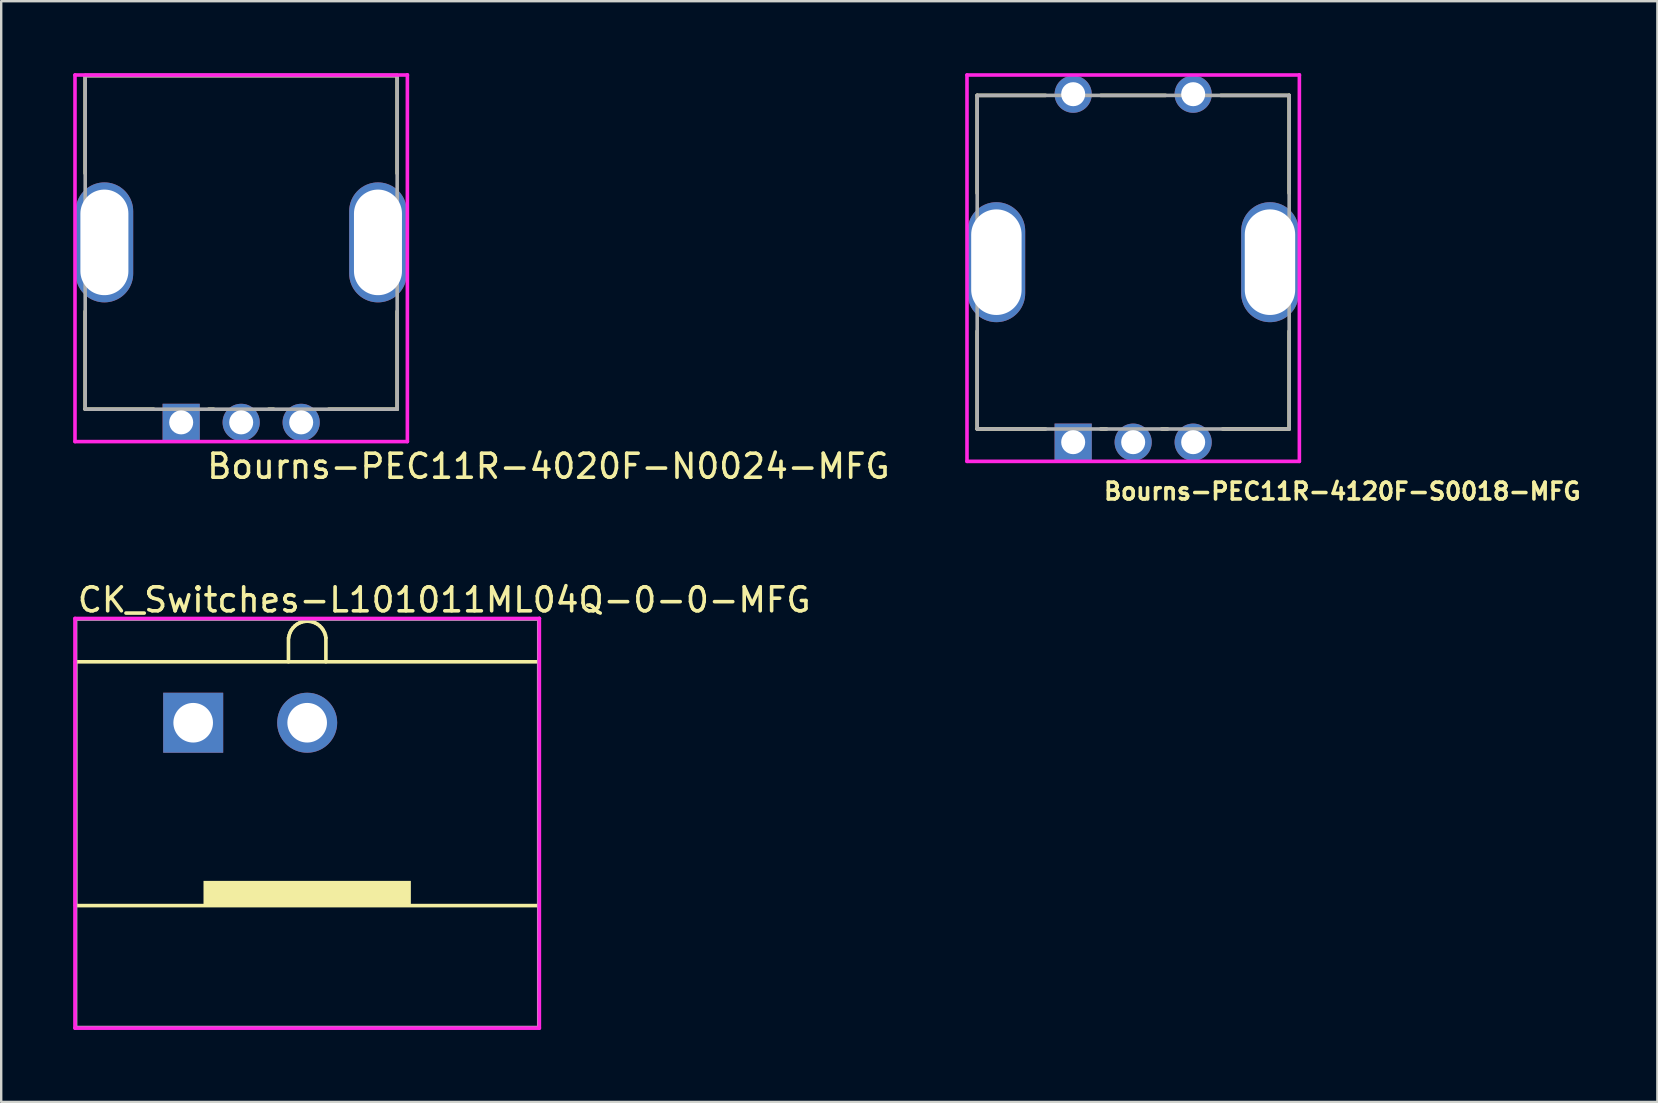
<source format=kicad_pcb>
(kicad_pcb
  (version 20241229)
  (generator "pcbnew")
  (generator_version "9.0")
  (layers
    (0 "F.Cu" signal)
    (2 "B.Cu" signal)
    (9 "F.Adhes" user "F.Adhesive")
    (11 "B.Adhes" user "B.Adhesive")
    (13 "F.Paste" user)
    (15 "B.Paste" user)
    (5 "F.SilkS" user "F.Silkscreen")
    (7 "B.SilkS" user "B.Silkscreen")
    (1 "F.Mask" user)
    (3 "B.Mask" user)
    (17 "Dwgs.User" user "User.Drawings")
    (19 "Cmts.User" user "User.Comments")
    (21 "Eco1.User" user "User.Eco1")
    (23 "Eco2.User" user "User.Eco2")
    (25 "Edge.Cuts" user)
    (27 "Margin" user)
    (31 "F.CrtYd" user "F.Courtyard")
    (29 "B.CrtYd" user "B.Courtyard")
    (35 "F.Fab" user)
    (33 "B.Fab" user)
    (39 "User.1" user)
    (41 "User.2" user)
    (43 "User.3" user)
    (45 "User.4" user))
  (footprint "Bourns-PEC11R-4020F-N0024-MFG"
    (layer "F.Cu")
    (at 7 7.05)
    (property "Reference" "Bourns-PEC11R-4020F-N0024-MFG" (at -1.51 9.33 180) (layer "F.SilkS") (effects (font (size 1 1) (thickness 0.15)) (justify left)))
    (attr through_hole)
    (fp_line (start -6.5 -6.95) (end 6.5 -6.95) (stroke (width 0.15) (type solid)) (layer "F.SilkS"))
    (fp_line (start -6.5 -2.875) (end -6.5 -6.95) (stroke (width 0.15) (type solid)) (layer "F.SilkS"))
    (fp_line (start -6.5 6.95) (end -6.5 2.875) (stroke (width 0.15) (type solid)) (layer "F.SilkS"))
    (fp_line (start -6.5 6.95) (end -3.65 6.95) (stroke (width 0.15) (type solid)) (layer "F.SilkS"))
    (fp_line (start -1.35 6.95) (end -1.15 6.95) (stroke (width 0.15) (type solid)) (layer "F.SilkS"))
    (fp_line (start 1.15 6.95) (end 1.35 6.95) (stroke (width 0.15) (type solid)) (layer "F.SilkS"))
    (fp_line (start 3.65 6.95) (end 6.5 6.95) (stroke (width 0.15) (type solid)) (layer "F.SilkS"))
    (fp_line (start 6.5 -2.875) (end 6.5 -6.95) (stroke (width 0.15) (type solid)) (layer "F.SilkS"))
    (fp_line (start 6.5 6.95) (end 6.5 2.875) (stroke (width 0.15) (type solid)) (layer "F.SilkS"))
    (fp_line (start -6.925 -6.975) (end -6.925 8.3) (stroke (width 0.15) (type solid)) (layer "F.CrtYd"))
    (fp_line (start -6.925 8.3) (end 6.925 8.3) (stroke (width 0.15) (type solid)) (layer "F.CrtYd"))
    (fp_line (start 6.925 -6.975) (end -6.925 -6.975) (stroke (width 0.15) (type solid)) (layer "F.CrtYd"))
    (fp_line (start 6.925 -6.975) (end 6.925 -6.975) (stroke (width 0.15) (type solid)) (layer "F.CrtYd"))
    (fp_line (start 6.925 8.3) (end 6.925 -6.975) (stroke (width 0.15) (type solid)) (layer "F.CrtYd"))
    (fp_line (start -6.5 -6.95) (end 6.5 -6.95) (stroke (width 0.15) (type solid)) (layer "F.Fab"))
    (fp_line (start -6.5 6.95) (end -6.5 -6.95) (stroke (width 0.15) (type solid)) (layer "F.Fab"))
    (fp_line (start 6.5 -6.95) (end 6.5 6.95) (stroke (width 0.15) (type solid)) (layer "F.Fab"))
    (fp_line (start 6.5 6.95) (end -6.5 6.95) (stroke (width 0.15) (type solid)) (layer "F.Fab"))
    (pad "1" thru_hole oval (at -5.7 0) (size 2.4 5) (drill oval 2 4.4) (layers "*.Cu" "*.Mask"))
    (pad "2" thru_hole oval (at 5.7 0) (size 2.4 5) (drill oval 2 4.4) (layers "*.Cu" "*.Mask"))
    (pad "A" thru_hole rect (at -2.5 7.5) (size 1.55 1.55) (drill 1) (layers "*.Cu" "*.Mask"))
    (pad "B" thru_hole circle (at 2.5 7.5 180) (size 1.55 1.55) (drill 1) (layers "*.Cu" "*.Mask"))
    (pad "C" thru_hole circle (at 0 7.5 180) (size 1.55 1.55) (drill 1) (layers "*.Cu" "*.Mask")))
  (footprint "Bourns-PEC11R-4120F-S0018-MFG"
    (layer "F.Cu")
    (at 44.169 7.875)
    (property "Reference" "Bourns-PEC11R-4120F-S0018-MFG" (at -1.3 9.55 0) (layer "F.SilkS") (effects (font (size 0.7 0.7) (thickness 0.15)) (justify left)))
    (attr through_hole)
    (fp_line (start -6.5 -6.95) (end -3.65 -6.95) (stroke (width 0.15) (type solid)) (layer "F.SilkS"))
    (fp_line (start -6.5 -2.875) (end -6.5 -6.95) (stroke (width 0.15) (type solid)) (layer "F.SilkS"))
    (fp_line (start -6.5 6.95) (end -6.5 2.875) (stroke (width 0.15) (type solid)) (layer "F.SilkS"))
    (fp_line (start -6.5 6.95) (end -3.65 6.95) (stroke (width 0.15) (type solid)) (layer "F.SilkS"))
    (fp_line (start -1.35 -6.95) (end 1.35 -6.95) (stroke (width 0.15) (type solid)) (layer "F.SilkS"))
    (fp_line (start -1.35 6.95) (end -1.11 6.95) (stroke (width 0.15) (type solid)) (layer "F.SilkS"))
    (fp_line (start 1.19 6.95) (end 1.43 6.95) (stroke (width 0.15) (type solid)) (layer "F.SilkS"))
    (fp_line (start 3.65 -6.95) (end 6.5 -6.95) (stroke (width 0.15) (type solid)) (layer "F.SilkS"))
    (fp_line (start 3.73 6.95) (end 6.5 6.95) (stroke (width 0.15) (type solid)) (layer "F.SilkS"))
    (fp_line (start 6.5 -2.875) (end 6.5 -6.95) (stroke (width 0.15) (type solid)) (layer "F.SilkS"))
    (fp_line (start 6.5 6.95) (end 6.5 2.875) (stroke (width 0.15) (type solid)) (layer "F.SilkS"))
    (fp_line (start -6.925 -7.8) (end -6.925 8.3) (stroke (width 0.15) (type solid)) (layer "F.CrtYd"))
    (fp_line (start -6.925 8.3) (end 6.925 8.3) (stroke (width 0.15) (type solid)) (layer "F.CrtYd"))
    (fp_line (start 6.925 -7.8) (end -6.925 -7.8) (stroke (width 0.15) (type solid)) (layer "F.CrtYd"))
    (fp_line (start 6.925 -7.8) (end 6.925 -7.8) (stroke (width 0.15) (type solid)) (layer "F.CrtYd"))
    (fp_line (start 6.925 8.3) (end 6.925 -7.8) (stroke (width 0.15) (type solid)) (layer "F.CrtYd"))
    (fp_line (start -6.5 -6.95) (end 6.5 -6.95) (stroke (width 0.15) (type solid)) (layer "F.Fab"))
    (fp_line (start -6.5 6.95) (end -6.5 -6.95) (stroke (width 0.15) (type solid)) (layer "F.Fab"))
    (fp_line (start 6.5 -6.95) (end 6.5 6.95) (stroke (width 0.15) (type solid)) (layer "F.Fab"))
    (fp_line (start 6.5 6.95) (end -6.5 6.95) (stroke (width 0.15) (type solid)) (layer "F.Fab"))
    (pad "3" thru_hole oval (at -5.7 0) (size 2.4 5) (drill oval 2.1 4.4) (layers "*.Cu" "*.Mask"))
    (pad "4" thru_hole oval (at 5.7 0) (size 2.4 5) (drill oval 2.1 4.4) (layers "*.Cu" "*.Mask"))
    (pad "A" thru_hole rect (at -2.5 7.5) (size 1.55 1.55) (drill 1) (layers "*.Cu" "*.Mask"))
    (pad "B" thru_hole circle (at 2.5 7.5) (size 1.55 1.55) (drill 1) (layers "*.Cu" "*.Mask"))
    (pad "C" thru_hole circle (at 0 7.5) (size 1.55 1.55) (drill 1) (layers "*.Cu" "*.Mask"))
    (pad "S1" thru_hole circle (at -2.5 -7) (size 1.55 1.55) (drill 1) (layers "*.Cu" "*.Mask"))
    (pad "S2" thru_hole circle (at 2.5 -7) (size 1.55 1.55) (drill 1) (layers "*.Cu" "*.Mask")))
  (footprint "CK_Switches-L101011ML04Q-0-0-MFG"
    (layer "F.Cu")
    (at 9.75 31.256)
    (property "Reference" "CK_Switches-L101011ML04Q-0-0-MFG" (at -9.65 -9.31 0) (layer "F.SilkS") (effects (font (size 1 1) (thickness 0.15)) (justify left)))
    (attr through_hole)
    (fp_line (start -9.65 -6.73) (end 9.65 -6.73) (stroke (width 0.15) (type solid)) (layer "F.SilkS"))
    (fp_line (start -9.65 3.43) (end -9.65 -6.73) (stroke (width 0.15) (type solid)) (layer "F.SilkS"))
    (fp_line (start -0.78 -7.73) (end -0.78 -6.73) (stroke (width 0.15) (type solid)) (layer "F.SilkS"))
    (fp_line (start -0.77 -7.73) (end -0.749 -7.842) (stroke (width 0.15) (type solid)) (layer "F.SilkS"))
    (fp_line (start -0.749 -7.842) (end -0.712 -7.949) (stroke (width 0.15) (type solid)) (layer "F.SilkS"))
    (fp_line (start -0.712 -7.949) (end -0.66 -8.05) (stroke (width 0.15) (type solid)) (layer "F.SilkS"))
    (fp_line (start -0.66 -8.05) (end -0.593 -8.142) (stroke (width 0.15) (type solid)) (layer "F.SilkS"))
    (fp_line (start -0.593 -8.142) (end -0.514 -8.224) (stroke (width 0.15) (type solid)) (layer "F.SilkS"))
    (fp_line (start -0.514 -8.224) (end -0.424 -8.293) (stroke (width 0.15) (type solid)) (layer "F.SilkS"))
    (fp_line (start -0.424 -8.293) (end -0.325 -8.348) (stroke (width 0.15) (type solid)) (layer "F.SilkS"))
    (fp_line (start -0.325 -8.348) (end -0.219 -8.389) (stroke (width 0.15) (type solid)) (layer "F.SilkS"))
    (fp_line (start -0.219 -8.389) (end -0.108 -8.414) (stroke (width 0.15) (type solid)) (layer "F.SilkS"))
    (fp_line (start -0.108 -8.414) (end 0.005 -8.422) (stroke (width 0.15) (type solid)) (layer "F.SilkS"))
    (fp_line (start 0.005 -8.422) (end 0.118 -8.414) (stroke (width 0.15) (type solid)) (layer "F.SilkS"))
    (fp_line (start 0.118 -8.414) (end 0.229 -8.389) (stroke (width 0.15) (type solid)) (layer "F.SilkS"))
    (fp_line (start 0.229 -8.389) (end 0.335 -8.348) (stroke (width 0.15) (type solid)) (layer "F.SilkS"))
    (fp_line (start 0.335 -8.348) (end 0.434 -8.293) (stroke (width 0.15) (type solid)) (layer "F.SilkS"))
    (fp_line (start 0.434 -8.293) (end 0.524 -8.224) (stroke (width 0.15) (type solid)) (layer "F.SilkS"))
    (fp_line (start 0.524 -8.224) (end 0.603 -8.142) (stroke (width 0.15) (type solid)) (layer "F.SilkS"))
    (fp_line (start 0.603 -8.142) (end 0.67 -8.05) (stroke (width 0.15) (type solid)) (layer "F.SilkS"))
    (fp_line (start 0.67 -8.05) (end 0.722 -7.949) (stroke (width 0.15) (type solid)) (layer "F.SilkS"))
    (fp_line (start 0.722 -7.949) (end 0.759 -7.842) (stroke (width 0.15) (type solid)) (layer "F.SilkS"))
    (fp_line (start 0.759 -7.842) (end 0.78 -7.73) (stroke (width 0.15) (type solid)) (layer "F.SilkS"))
    (fp_line (start 0.78 -7.73) (end 0.78 -6.73) (stroke (width 0.15) (type solid)) (layer "F.SilkS"))
    (fp_line (start 9.65 -6.73) (end 9.65 3.43) (stroke (width 0.15) (type solid)) (layer "F.SilkS"))
    (fp_line (start 9.65 3.43) (end -9.65 3.43) (stroke (width 0.15) (type solid)) (layer "F.SilkS"))
    (fp_poly (pts (xy -4.32 2.4) (xy 4.32 2.4) (xy 4.32 3.4) (xy -4.32 3.4)) (stroke (width 0) (type solid)) (fill yes) (layer "F.SilkS"))
    (fp_line (start -9.675 -8.535) (end -9.675 8.535) (stroke (width 0.15) (type solid)) (layer "F.CrtYd"))
    (fp_line (start -9.675 8.535) (end 9.675 8.535) (stroke (width 0.15) (type solid)) (layer "F.CrtYd"))
    (fp_line (start 9.675 -8.535) (end -9.675 -8.535) (stroke (width 0.15) (type solid)) (layer "F.CrtYd"))
    (fp_line (start 9.675 -8.535) (end 9.675 -8.535) (stroke (width 0.15) (type solid)) (layer "F.CrtYd"))
    (fp_line (start 9.675 8.535) (end 9.675 -8.535) (stroke (width 0.15) (type solid)) (layer "F.CrtYd"))
    (fp_line (start -9.65 -8.51) (end 9.65 -8.51) (stroke (width 0.15) (type solid)) (layer "F.Fab"))
    (fp_line (start -9.65 8.51) (end -9.65 -8.51) (stroke (width 0.15) (type solid)) (layer "F.Fab"))
    (fp_line (start 9.65 -8.51) (end 9.65 8.51) (stroke (width 0.15) (type solid)) (layer "F.Fab"))
    (fp_line (start 9.65 8.51) (end -9.65 8.51) (stroke (width 0.15) (type solid)) (layer "F.Fab"))
    (pad "1" thru_hole rect (at -4.75 -4.19) (size 2.5 2.5) (drill 1.65) (layers "*.Cu" "*.Mask"))
    (pad "2" thru_hole circle (at 0 -4.19) (size 2.5 2.5) (drill 1.65) (layers "*.Cu" "*.Mask")))
  (gr_rect
    (start -3 -3)
    (end 66.012 42.866)
    (stroke (width 0.1) (type default))
    (fill no)
    (layer "Edge.Cuts")))
</source>
